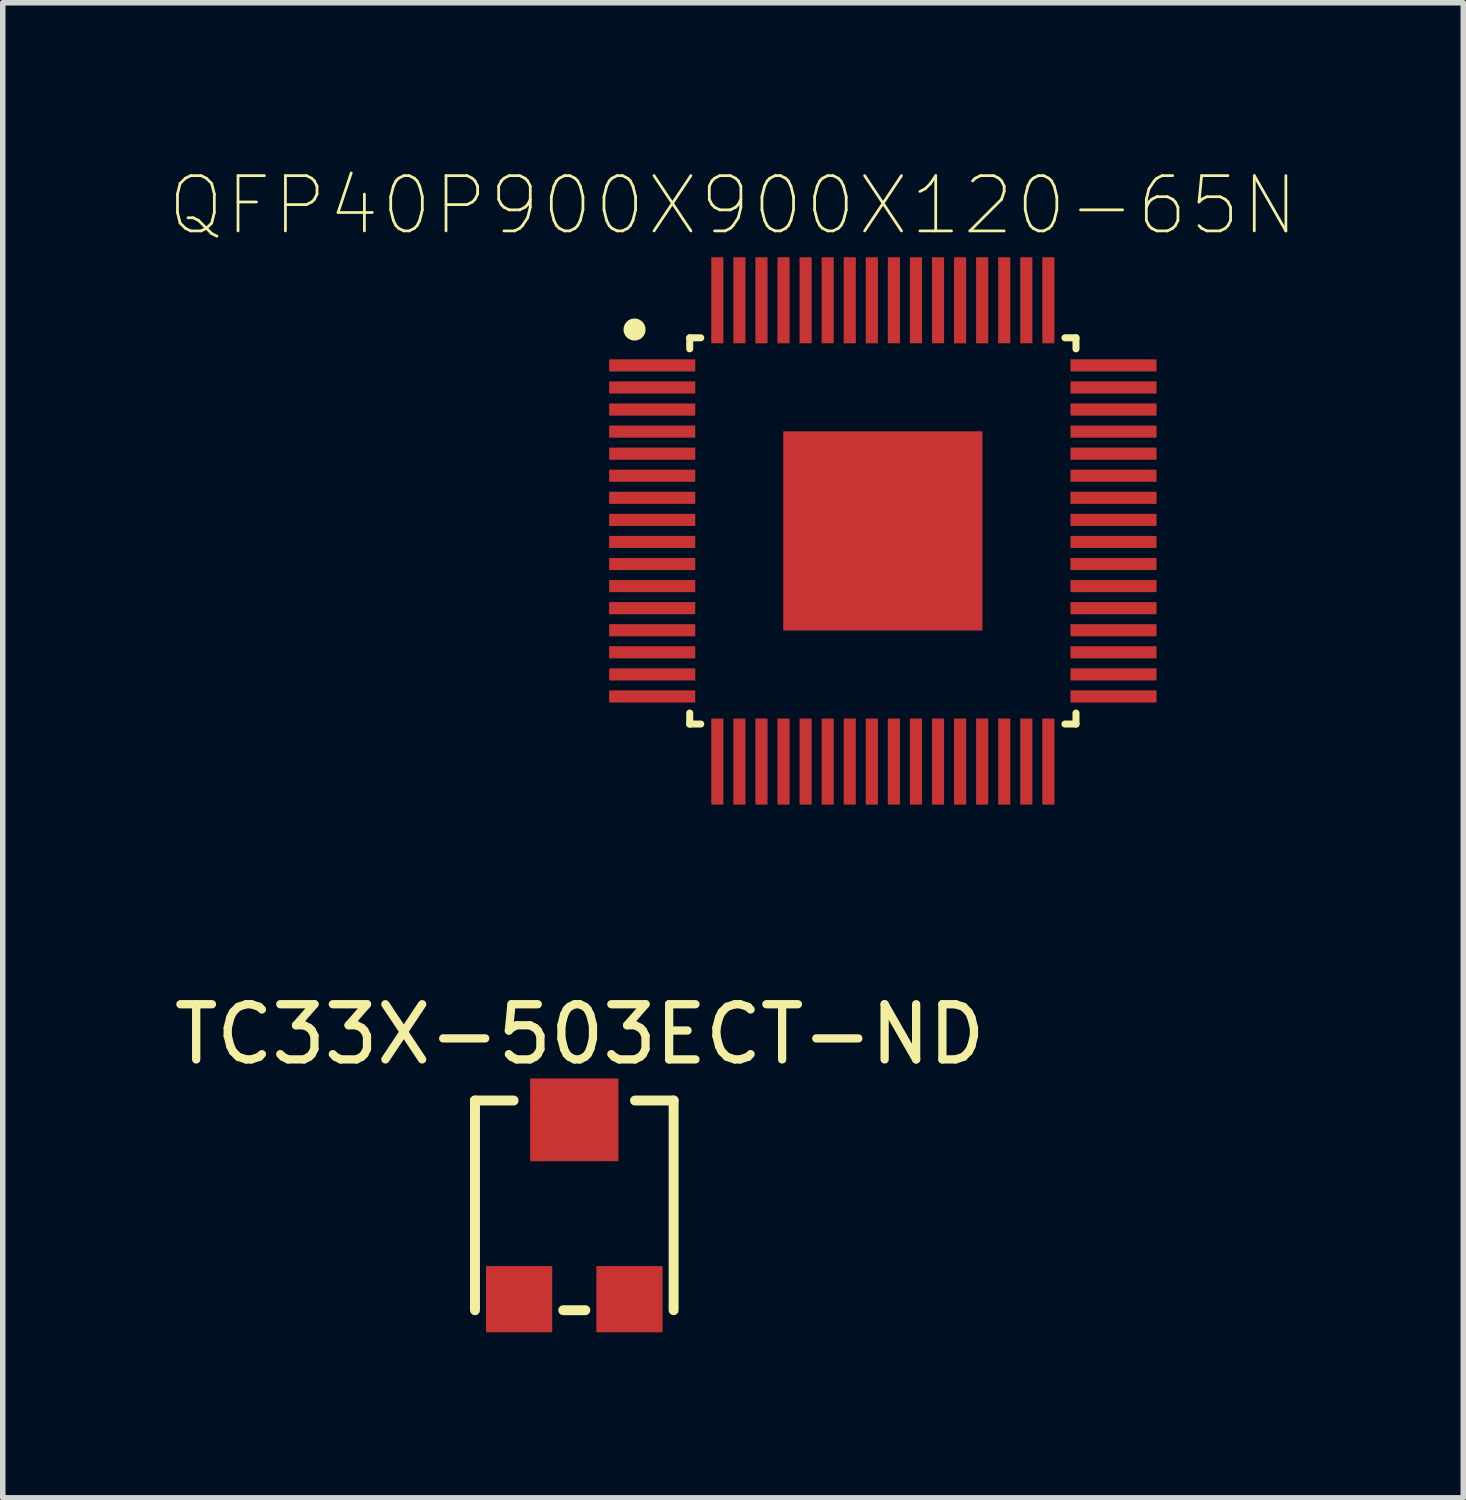
<source format=kicad_pcb>
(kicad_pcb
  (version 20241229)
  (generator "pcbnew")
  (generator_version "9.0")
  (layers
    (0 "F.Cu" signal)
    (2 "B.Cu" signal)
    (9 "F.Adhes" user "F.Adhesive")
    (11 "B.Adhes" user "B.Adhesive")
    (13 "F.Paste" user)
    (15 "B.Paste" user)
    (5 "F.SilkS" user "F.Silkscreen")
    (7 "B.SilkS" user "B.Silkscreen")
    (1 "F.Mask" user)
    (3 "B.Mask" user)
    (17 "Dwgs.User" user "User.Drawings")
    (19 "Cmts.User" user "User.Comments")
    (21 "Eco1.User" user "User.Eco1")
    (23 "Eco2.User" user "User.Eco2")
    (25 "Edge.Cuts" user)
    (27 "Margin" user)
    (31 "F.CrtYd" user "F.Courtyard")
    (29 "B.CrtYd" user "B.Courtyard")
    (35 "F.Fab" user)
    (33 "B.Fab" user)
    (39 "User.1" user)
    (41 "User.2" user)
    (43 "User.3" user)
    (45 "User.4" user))
  (footprint "QFP40P900X900X120-65N"
    (layer "F.Cu")
    (at 12.95 6.572)
    (property "Reference" "QFP40P900X900X120-65N" (at -2.716 -5.898 0) (layer "F.SilkS") (effects (font (size 1.002 1.002) (thickness 0.05))))
    (attr smd)
    (fp_line (start -3.5 -3.5) (end -3.5 -3.3) (stroke (width 0.127) (type solid)) (layer "F.SilkS"))
    (fp_line (start -3.5 3.3) (end -3.5 3.5) (stroke (width 0.127) (type solid)) (layer "F.SilkS"))
    (fp_line (start -3.5 3.5) (end -3.3 3.5) (stroke (width 0.127) (type solid)) (layer "F.SilkS"))
    (fp_line (start -3.3 -3.5) (end -3.5 -3.5) (stroke (width 0.127) (type solid)) (layer "F.SilkS"))
    (fp_line (start 3.3 3.5) (end 3.5 3.5) (stroke (width 0.127) (type solid)) (layer "F.SilkS"))
    (fp_line (start 3.5 -3.5) (end 3.3 -3.5) (stroke (width 0.127) (type solid)) (layer "F.SilkS"))
    (fp_line (start 3.5 -3.3) (end 3.5 -3.5) (stroke (width 0.127) (type solid)) (layer "F.SilkS"))
    (fp_line (start 3.5 3.5) (end 3.5 3.3) (stroke (width 0.127) (type solid)) (layer "F.SilkS"))
    (fp_circle (center -4.5 -3.65) (end -4.4 -3.65) (stroke (width 0.2) (type solid)) (fill no) (layer "F.SilkS"))
    (fp_poly (pts (xy -1.153 -1.15) (xy 1.15 -1.15) (xy 1.15 1.153) (xy -1.153 1.153)) (stroke (width 0) (type solid)) (fill yes) (layer "F.Paste"))
    (fp_line (start -5.25 -5.25) (end 5.25 -5.25) (stroke (width 0.05) (type solid)) (layer "Eco1.User"))
    (fp_line (start -5.25 5.25) (end -5.25 -5.25) (stroke (width 0.05) (type solid)) (layer "Eco1.User"))
    (fp_line (start 5.25 -5.25) (end 5.25 5.25) (stroke (width 0.05) (type solid)) (layer "Eco1.User"))
    (fp_line (start 5.25 5.25) (end -5.25 5.25) (stroke (width 0.05) (type solid)) (layer "Eco1.User"))
    (fp_line (start -3.5 -3.5) (end 3.5 -3.5) (stroke (width 0.127) (type solid)) (layer "Eco2.User"))
    (fp_line (start -3.5 3.5) (end -3.5 -3.5) (stroke (width 0.127) (type solid)) (layer "Eco2.User"))
    (fp_line (start 3.5 -3.5) (end 3.5 3.5) (stroke (width 0.127) (type solid)) (layer "Eco2.User"))
    (fp_line (start 3.5 3.5) (end -3.5 3.5) (stroke (width 0.127) (type solid)) (layer "Eco2.User"))
    (pad "1" smd rect (at -4.18 -3) (size 1.56 0.22) (layers "F.Cu" "F.Mask" "F.Paste"))
    (pad "2" smd rect (at -4.18 -2.6) (size 1.56 0.22) (layers "F.Cu" "F.Mask" "F.Paste"))
    (pad "3" smd rect (at -4.18 -2.2) (size 1.56 0.22) (layers "F.Cu" "F.Mask" "F.Paste"))
    (pad "4" smd rect (at -4.18 -1.8) (size 1.56 0.22) (layers "F.Cu" "F.Mask" "F.Paste"))
    (pad "5" smd rect (at -4.18 -1.4) (size 1.56 0.22) (layers "F.Cu" "F.Mask" "F.Paste"))
    (pad "6" smd rect (at -4.18 -1) (size 1.56 0.22) (layers "F.Cu" "F.Mask" "F.Paste"))
    (pad "7" smd rect (at -4.18 -0.6) (size 1.56 0.22) (layers "F.Cu" "F.Mask" "F.Paste"))
    (pad "8" smd rect (at -4.18 -0.2) (size 1.56 0.22) (layers "F.Cu" "F.Mask" "F.Paste"))
    (pad "9" smd rect (at -4.18 0.2) (size 1.56 0.22) (layers "F.Cu" "F.Mask" "F.Paste"))
    (pad "10" smd rect (at -4.18 0.6) (size 1.56 0.22) (layers "F.Cu" "F.Mask" "F.Paste"))
    (pad "11" smd rect (at -4.18 1) (size 1.56 0.22) (layers "F.Cu" "F.Mask" "F.Paste"))
    (pad "12" smd rect (at -4.18 1.4) (size 1.56 0.22) (layers "F.Cu" "F.Mask" "F.Paste"))
    (pad "13" smd rect (at -4.18 1.8) (size 1.56 0.22) (layers "F.Cu" "F.Mask" "F.Paste"))
    (pad "14" smd rect (at -4.18 2.2) (size 1.56 0.22) (layers "F.Cu" "F.Mask" "F.Paste"))
    (pad "15" smd rect (at -4.18 2.6) (size 1.56 0.22) (layers "F.Cu" "F.Mask" "F.Paste"))
    (pad "16" smd rect (at -4.18 3) (size 1.56 0.22) (layers "F.Cu" "F.Mask" "F.Paste"))
    (pad "17" smd rect (at -3 4.18 90) (size 1.56 0.22) (layers "F.Cu" "F.Mask" "F.Paste"))
    (pad "18" smd rect (at -2.6 4.18 90) (size 1.56 0.22) (layers "F.Cu" "F.Mask" "F.Paste"))
    (pad "19" smd rect (at -2.2 4.18 90) (size 1.56 0.22) (layers "F.Cu" "F.Mask" "F.Paste"))
    (pad "20" smd rect (at -1.8 4.18 90) (size 1.56 0.22) (layers "F.Cu" "F.Mask" "F.Paste"))
    (pad "21" smd rect (at -1.4 4.18 90) (size 1.56 0.22) (layers "F.Cu" "F.Mask" "F.Paste"))
    (pad "22" smd rect (at -1 4.18 90) (size 1.56 0.22) (layers "F.Cu" "F.Mask" "F.Paste"))
    (pad "23" smd rect (at -0.6 4.18 90) (size 1.56 0.22) (layers "F.Cu" "F.Mask" "F.Paste"))
    (pad "24" smd rect (at -0.2 4.18 90) (size 1.56 0.22) (layers "F.Cu" "F.Mask" "F.Paste"))
    (pad "25" smd rect (at 0.2 4.18 90) (size 1.56 0.22) (layers "F.Cu" "F.Mask" "F.Paste"))
    (pad "26" smd rect (at 0.6 4.18 90) (size 1.56 0.22) (layers "F.Cu" "F.Mask" "F.Paste"))
    (pad "27" smd rect (at 1 4.18 90) (size 1.56 0.22) (layers "F.Cu" "F.Mask" "F.Paste"))
    (pad "28" smd rect (at 1.4 4.18 90) (size 1.56 0.22) (layers "F.Cu" "F.Mask" "F.Paste"))
    (pad "29" smd rect (at 1.8 4.18 90) (size 1.56 0.22) (layers "F.Cu" "F.Mask" "F.Paste"))
    (pad "30" smd rect (at 2.2 4.18 90) (size 1.56 0.22) (layers "F.Cu" "F.Mask" "F.Paste"))
    (pad "31" smd rect (at 2.6 4.18 90) (size 1.56 0.22) (layers "F.Cu" "F.Mask" "F.Paste"))
    (pad "32" smd rect (at 3 4.18 90) (size 1.56 0.22) (layers "F.Cu" "F.Mask" "F.Paste"))
    (pad "33" smd rect (at 4.18 3 180) (size 1.56 0.22) (layers "F.Cu" "F.Mask" "F.Paste"))
    (pad "34" smd rect (at 4.18 2.6 180) (size 1.56 0.22) (layers "F.Cu" "F.Mask" "F.Paste"))
    (pad "35" smd rect (at 4.18 2.2 180) (size 1.56 0.22) (layers "F.Cu" "F.Mask" "F.Paste"))
    (pad "36" smd rect (at 4.18 1.8 180) (size 1.56 0.22) (layers "F.Cu" "F.Mask" "F.Paste"))
    (pad "37" smd rect (at 4.18 1.4 180) (size 1.56 0.22) (layers "F.Cu" "F.Mask" "F.Paste"))
    (pad "38" smd rect (at 4.18 1 180) (size 1.56 0.22) (layers "F.Cu" "F.Mask" "F.Paste"))
    (pad "39" smd rect (at 4.18 0.6 180) (size 1.56 0.22) (layers "F.Cu" "F.Mask" "F.Paste"))
    (pad "40" smd rect (at 4.18 0.2 180) (size 1.56 0.22) (layers "F.Cu" "F.Mask" "F.Paste"))
    (pad "41" smd rect (at 4.18 -0.2 180) (size 1.56 0.22) (layers "F.Cu" "F.Mask" "F.Paste"))
    (pad "42" smd rect (at 4.18 -0.6 180) (size 1.56 0.22) (layers "F.Cu" "F.Mask" "F.Paste"))
    (pad "43" smd rect (at 4.18 -1 180) (size 1.56 0.22) (layers "F.Cu" "F.Mask" "F.Paste"))
    (pad "44" smd rect (at 4.18 -1.4 180) (size 1.56 0.22) (layers "F.Cu" "F.Mask" "F.Paste"))
    (pad "45" smd rect (at 4.18 -1.8 180) (size 1.56 0.22) (layers "F.Cu" "F.Mask" "F.Paste"))
    (pad "46" smd rect (at 4.18 -2.2 180) (size 1.56 0.22) (layers "F.Cu" "F.Mask" "F.Paste"))
    (pad "47" smd rect (at 4.18 -2.6 180) (size 1.56 0.22) (layers "F.Cu" "F.Mask" "F.Paste"))
    (pad "48" smd rect (at 4.18 -3 180) (size 1.56 0.22) (layers "F.Cu" "F.Mask" "F.Paste"))
    (pad "49" smd rect (at 3 -4.18 270) (size 1.56 0.22) (layers "F.Cu" "F.Mask" "F.Paste"))
    (pad "50" smd rect (at 2.6 -4.18 270) (size 1.56 0.22) (layers "F.Cu" "F.Mask" "F.Paste"))
    (pad "51" smd rect (at 2.2 -4.18 270) (size 1.56 0.22) (layers "F.Cu" "F.Mask" "F.Paste"))
    (pad "52" smd rect (at 1.8 -4.18 270) (size 1.56 0.22) (layers "F.Cu" "F.Mask" "F.Paste"))
    (pad "53" smd rect (at 1.4 -4.18 270) (size 1.56 0.22) (layers "F.Cu" "F.Mask" "F.Paste"))
    (pad "54" smd rect (at 1 -4.18 270) (size 1.56 0.22) (layers "F.Cu" "F.Mask" "F.Paste"))
    (pad "55" smd rect (at 0.6 -4.18 270) (size 1.56 0.22) (layers "F.Cu" "F.Mask" "F.Paste"))
    (pad "56" smd rect (at 0.2 -4.18 270) (size 1.56 0.22) (layers "F.Cu" "F.Mask" "F.Paste"))
    (pad "57" smd rect (at -0.2 -4.18 270) (size 1.56 0.22) (layers "F.Cu" "F.Mask" "F.Paste"))
    (pad "58" smd rect (at -0.6 -4.18 270) (size 1.56 0.22) (layers "F.Cu" "F.Mask" "F.Paste"))
    (pad "59" smd rect (at -1 -4.18 270) (size 1.56 0.22) (layers "F.Cu" "F.Mask" "F.Paste"))
    (pad "60" smd rect (at -1.4 -4.18 270) (size 1.56 0.22) (layers "F.Cu" "F.Mask" "F.Paste"))
    (pad "61" smd rect (at -1.8 -4.18 270) (size 1.56 0.22) (layers "F.Cu" "F.Mask" "F.Paste"))
    (pad "62" smd rect (at -2.2 -4.18 270) (size 1.56 0.22) (layers "F.Cu" "F.Mask" "F.Paste"))
    (pad "63" smd rect (at -2.6 -4.18 270) (size 1.56 0.22) (layers "F.Cu" "F.Mask" "F.Paste"))
    (pad "64" smd rect (at -3 -4.18 270) (size 1.56 0.22) (layers "F.Cu" "F.Mask" "F.Paste"))
    (pad "65" smd rect (at 0 0) (size 3.61 3.61) (layers "F.Cu" "F.Mask" "F.Paste")))
  (footprint "TC33X-503ECT-ND"
    (layer "F.Cu")
    (at 6.358 20.495)
    (property "Reference" "TC33X-503ECT-ND" (at 1.1 -4.8 0) (layer "F.SilkS") (effects (font (size 1 1) (thickness 0.15))))
    (attr through_hole)
    (fp_line (start -0.8 0.2) (end -0.8 -3.6) (stroke (width 0.18) (type solid)) (layer "F.SilkS"))
    (fp_line (start -0.1 -3.6) (end -0.8 -3.6) (stroke (width 0.18) (type solid)) (layer "F.SilkS"))
    (fp_line (start 0.8 0.2) (end 1.2 0.2) (stroke (width 0.18) (type solid)) (layer "F.SilkS"))
    (fp_line (start 2.8 -3.6) (end 2.1 -3.6) (stroke (width 0.18) (type solid)) (layer "F.SilkS"))
    (fp_line (start 2.8 0.2) (end 2.8 -3.6) (stroke (width 0.18) (type solid)) (layer "F.SilkS"))
    (pad "1" smd rect (at 0 0) (size 1.2 1.2) (layers "F.Cu" "F.Mask" "F.Paste"))
    (pad "2" smd rect (at 1 -3.25) (size 1.6 1.5) (layers "F.Cu" "F.Mask" "F.Paste"))
    (pad "3" smd rect (at 2 0) (size 1.2 1.2) (layers "F.Cu" "F.Mask" "F.Paste")))
  (gr_rect
    (start -3 -3)
    (end 23.469 24.095)
    (stroke (width 0.1) (type default))
    (fill no)
    (layer "Edge.Cuts")))
</source>
